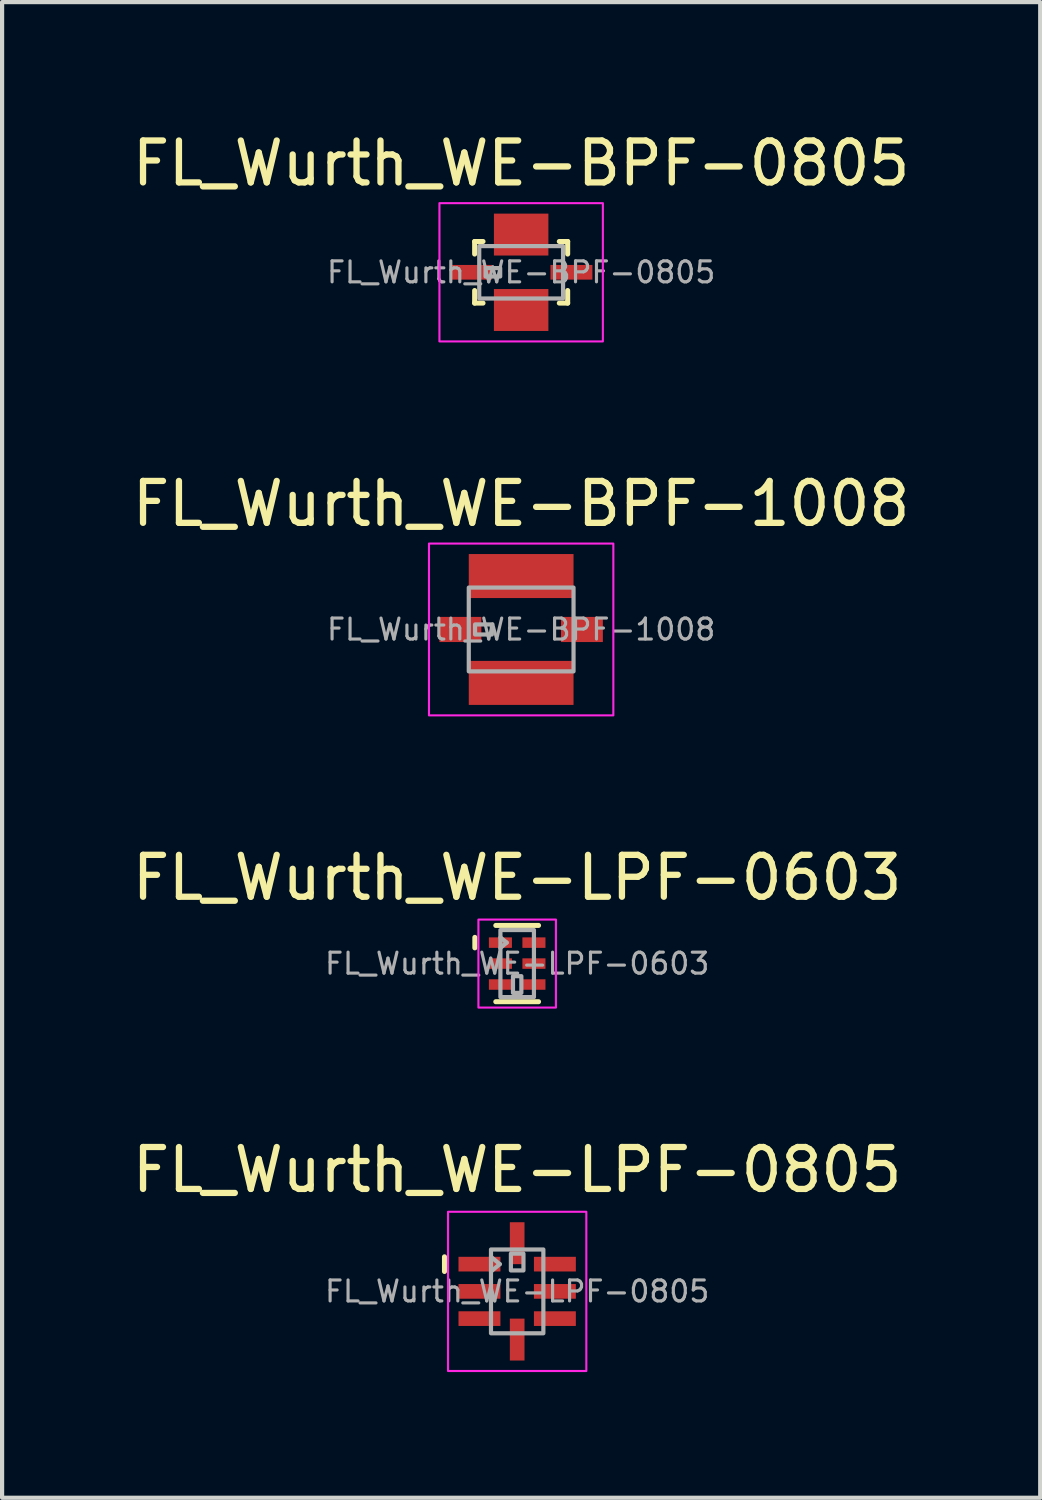
<source format=kicad_pcb>
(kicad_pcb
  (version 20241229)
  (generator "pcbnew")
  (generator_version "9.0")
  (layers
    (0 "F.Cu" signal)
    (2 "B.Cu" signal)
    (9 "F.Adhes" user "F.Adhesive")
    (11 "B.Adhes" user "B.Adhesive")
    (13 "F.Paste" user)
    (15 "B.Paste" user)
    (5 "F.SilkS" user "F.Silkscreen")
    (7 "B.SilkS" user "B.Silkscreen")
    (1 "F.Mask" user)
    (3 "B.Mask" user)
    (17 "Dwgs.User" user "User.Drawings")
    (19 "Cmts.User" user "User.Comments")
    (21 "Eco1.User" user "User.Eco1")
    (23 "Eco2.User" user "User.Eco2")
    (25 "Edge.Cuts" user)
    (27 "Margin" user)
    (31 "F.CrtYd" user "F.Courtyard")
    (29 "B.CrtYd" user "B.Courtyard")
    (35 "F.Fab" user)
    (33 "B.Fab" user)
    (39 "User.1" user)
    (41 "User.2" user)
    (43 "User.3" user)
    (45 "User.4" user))
  (footprint "FL_Wurth_WE-LPF-0603"
    (layer "F.Cu")
    (at 9.292 19.945)
    (property "Reference" "FL_Wurth_WE-LPF-0603" (at 0 -2.05 0) (unlocked yes) (layer "F.SilkS") (effects (font (size 1 1) (thickness 0.15))))
    (attr smd)
    (fp_line (start -1.01 -0.625) (end -1.01 -0.375) (stroke (width 0.12) (type solid)) (layer "F.SilkS"))
    (fp_line (start -0.51 -0.91) (end 0.51 -0.91) (stroke (width 0.12) (type solid)) (layer "F.SilkS"))
    (fp_line (start -0.51 0.91) (end 0.51 0.91) (stroke (width 0.12) (type solid)) (layer "F.SilkS"))
    (fp_rect (start -0.925 -1.05) (end 0.925 1.05) (stroke (width 0.05) (type solid)) (fill no) (layer "F.CrtYd"))
    (fp_line (start -0.4 -0.625) (end -0.25 -0.5) (stroke (width 0.1) (type solid)) (layer "F.Fab"))
    (fp_line (start -0.4 -0.375) (end -0.25 -0.5) (stroke (width 0.1) (type solid)) (layer "F.Fab"))
    (fp_rect (start -0.4 -0.8) (end 0.4 0.8) (stroke (width 0.1) (type solid)) (fill no) (layer "F.Fab"))
    (fp_rect (start -0.1 0.3) (end 0.1 0.7) (stroke (width 0.1) (type default)) (fill no) (layer "F.Fab"))
    (fp_text user "${REFERENCE}" (at 0 0 0) (unlocked yes) (layer "F.Fab") (effects (font (size 0.5 0.5) (thickness 0.075))))
    (pad "1" smd rect (at -0.4 -0.5) (size 0.55 0.25) (layers "F.Cu" "F.Mask" "F.Paste"))
    (pad "2" smd rect (at -0.4 0) (size 0.55 0.25) (layers "F.Cu" "F.Mask" "F.Paste"))
    (pad "3" smd rect (at -0.4 0.5) (size 0.55 0.25) (layers "F.Cu" "F.Mask" "F.Paste"))
    (pad "4" smd rect (at 0.4 0.5) (size 0.55 0.25) (layers "F.Cu" "F.Mask" "F.Paste"))
    (pad "5" smd rect (at 0.4 0) (size 0.55 0.25) (layers "F.Cu" "F.Mask" "F.Paste"))
    (pad "6" smd rect (at 0.4 -0.5) (size 0.55 0.25) (layers "F.Cu" "F.Mask" "F.Paste")))
  (footprint "FL_Wurth_WE-BPF-1008"
    (layer "F.Cu")
    (at 9.387 11.972)
    (property "Reference" "FL_Wurth_WE-BPF-1008" (at 0 -3 0) (unlocked yes) (layer "F.SilkS") (effects (font (size 1 1) (thickness 0.15))))
    (attr smd)
    (fp_rect (start -2.2 -2.05) (end 2.2 2.05) (stroke (width 0.05) (type solid)) (fill no) (layer "F.CrtYd"))
    (fp_rect (start -1.25 -1) (end 1.25 1) (stroke (width 0.1) (type solid)) (fill no) (layer "F.Fab"))
    (fp_rect (start -1.1 -0.12) (end -0.7 0.12) (stroke (width 0.1) (type solid)) (fill no) (layer "F.Fab"))
    (fp_text user "${REFERENCE}" (at 0 0 0) (unlocked yes) (layer "F.Fab") (effects (font (size 0.5 0.5) (thickness 0.075))))
    (pad "1" smd rect (at 0 -1.275) (size 2.5 1.05) (layers "F.Cu" "F.Mask" "F.Paste"))
    (pad "2" smd rect (at 1.45 0) (size 1 0.6) (layers "F.Cu" "F.Mask" "F.Paste"))
    (pad "3" smd rect (at 0 1.275) (size 2.5 1.05) (layers "F.Cu" "F.Mask" "F.Paste"))
    (pad "4" smd rect (at -1.45 0) (size 1 0.6) (layers "F.Cu" "F.Mask" "F.Paste")))
  (footprint "FL_Wurth_WE-BPF-0805"
    (layer "F.Cu")
    (at 9.387 3.448)
    (property "Reference" "FL_Wurth_WE-BPF-0805" (at 0 -2.6 0) (unlocked yes) (layer "F.SilkS") (effects (font (size 1 1) (thickness 0.15))))
    (attr smd)
    (fp_line (start -1.11 -0.735) (end -1.11 -0.435) (stroke (width 0.12) (type solid)) (layer "F.SilkS"))
    (fp_line (start -1.11 -0.735) (end -0.91 -0.735) (stroke (width 0.12) (type solid)) (layer "F.SilkS"))
    (fp_line (start -1.11 0.735) (end -1.11 0.435) (stroke (width 0.12) (type solid)) (layer "F.SilkS"))
    (fp_line (start -1.11 0.735) (end -0.91 0.735) (stroke (width 0.12) (type solid)) (layer "F.SilkS"))
    (fp_line (start 1.11 -0.735) (end 0.91 -0.735) (stroke (width 0.12) (type default)) (layer "F.SilkS"))
    (fp_line (start 1.11 -0.735) (end 1.11 -0.435) (stroke (width 0.12) (type solid)) (layer "F.SilkS"))
    (fp_line (start 1.11 0.735) (end 0.91 0.735) (stroke (width 0.12) (type solid)) (layer "F.SilkS"))
    (fp_line (start 1.11 0.735) (end 1.11 0.435) (stroke (width 0.12) (type solid)) (layer "F.SilkS"))
    (fp_rect (start -1.95 -1.65) (end 1.95 1.65) (stroke (width 0.05) (type solid)) (fill no) (layer "F.CrtYd"))
    (fp_rect (start -1 -0.625) (end 1 0.625) (stroke (width 0.1) (type solid)) (fill no) (layer "F.Fab"))
    (fp_rect (start -0.85 0.1) (end -0.5 -0.1) (stroke (width 0.1) (type solid)) (fill no) (layer "F.Fab"))
    (fp_text user "${REFERENCE}" (at 0 0 0) (unlocked yes) (layer "F.Fab") (effects (font (size 0.5 0.5) (thickness 0.075))))
    (pad "1" smd rect (at 0 -0.9) (size 1.3 1) (layers "F.Cu" "F.Mask" "F.Paste"))
    (pad "2" smd rect (at 1.2 0) (size 1 0.35) (layers "F.Cu" "F.Mask" "F.Paste"))
    (pad "3" smd rect (at 0 0.9) (size 1.3 1) (layers "F.Cu" "F.Mask" "F.Paste"))
    (pad "4" smd rect (at -1.2 0) (size 1 0.35) (layers "F.Cu" "F.Mask" "F.Paste")))
  (footprint "FL_Wurth_WE-LPF-0805"
    (layer "F.Cu")
    (at 9.292 27.768)
    (property "Reference" "FL_Wurth_WE-LPF-0805" (at 0 -2.9 0) (unlocked yes) (layer "F.SilkS") (effects (font (size 1 1) (thickness 0.15))))
    (attr smd)
    (fp_line (start -1.735 -0.825) (end -1.735 -0.475) (stroke (width 0.12) (type solid)) (layer "F.SilkS"))
    (fp_rect (start -1.65 -1.9) (end 1.65 1.9) (stroke (width 0.05) (type solid)) (fill no) (layer "F.CrtYd"))
    (fp_line (start -0.625 -0.825) (end -0.415 -0.65) (stroke (width 0.1) (type solid)) (layer "F.Fab"))
    (fp_line (start -0.625 -0.475) (end -0.415 -0.65) (stroke (width 0.1) (type solid)) (layer "F.Fab"))
    (fp_rect (start -0.625 -1) (end 0.625 1) (stroke (width 0.1) (type solid)) (fill no) (layer "F.Fab"))
    (fp_rect (start -0.15 -0.9) (end 0.15 -0.5) (stroke (width 0.1) (type default)) (fill no) (layer "F.Fab"))
    (fp_text user "${REFERENCE}" (at 0 0 0) (unlocked yes) (layer "F.Fab") (effects (font (size 0.5 0.5) (thickness 0.075))))
    (pad "1" smd rect (at -0.9 -0.65) (size 1 0.35) (layers "F.Cu" "F.Mask" "F.Paste"))
    (pad "2" smd rect (at -0.9 0) (size 1 0.35) (layers "F.Cu" "F.Mask" "F.Paste"))
    (pad "3" smd rect (at -0.9 0.65) (size 1 0.35) (layers "F.Cu" "F.Mask" "F.Paste"))
    (pad "4" smd rect (at 0 1.15) (size 0.35 1) (layers "F.Cu" "F.Mask" "F.Paste"))
    (pad "5" smd rect (at 0.9 0.65) (size 1 0.35) (layers "F.Cu" "F.Mask" "F.Paste"))
    (pad "6" smd rect (at 0.9 0) (size 1 0.35) (layers "F.Cu" "F.Mask" "F.Paste"))
    (pad "7" smd rect (at 0.9 -0.65) (size 1 0.35) (layers "F.Cu" "F.Mask" "F.Paste"))
    (pad "8" smd rect (at 0 -1.15) (size 0.35 1) (layers "F.Cu" "F.Mask" "F.Paste")))
  (gr_rect
    (start -3 -3)
    (end 21.774 32.693)
    (stroke (width 0.1) (type default))
    (fill no)
    (layer "Edge.Cuts")))
</source>
